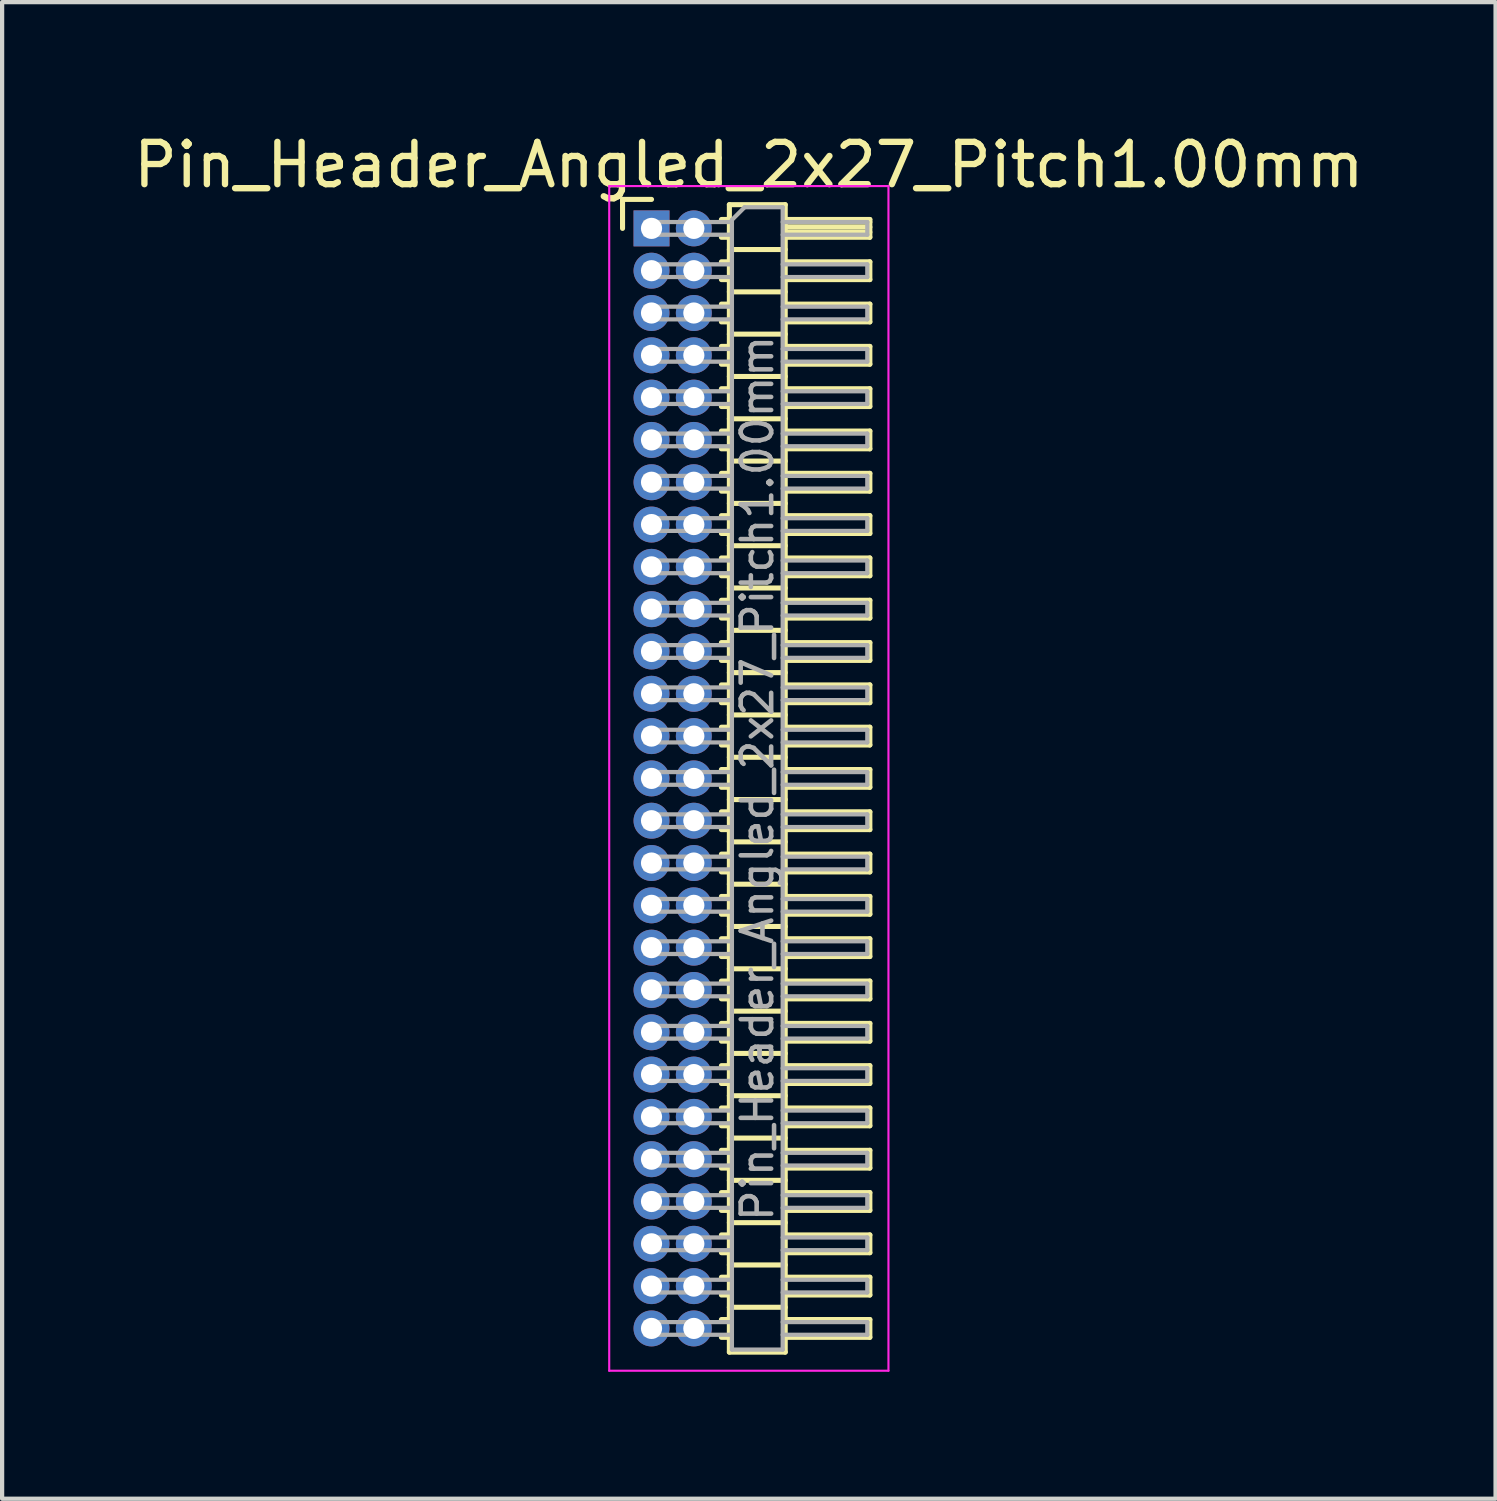
<source format=kicad_pcb>
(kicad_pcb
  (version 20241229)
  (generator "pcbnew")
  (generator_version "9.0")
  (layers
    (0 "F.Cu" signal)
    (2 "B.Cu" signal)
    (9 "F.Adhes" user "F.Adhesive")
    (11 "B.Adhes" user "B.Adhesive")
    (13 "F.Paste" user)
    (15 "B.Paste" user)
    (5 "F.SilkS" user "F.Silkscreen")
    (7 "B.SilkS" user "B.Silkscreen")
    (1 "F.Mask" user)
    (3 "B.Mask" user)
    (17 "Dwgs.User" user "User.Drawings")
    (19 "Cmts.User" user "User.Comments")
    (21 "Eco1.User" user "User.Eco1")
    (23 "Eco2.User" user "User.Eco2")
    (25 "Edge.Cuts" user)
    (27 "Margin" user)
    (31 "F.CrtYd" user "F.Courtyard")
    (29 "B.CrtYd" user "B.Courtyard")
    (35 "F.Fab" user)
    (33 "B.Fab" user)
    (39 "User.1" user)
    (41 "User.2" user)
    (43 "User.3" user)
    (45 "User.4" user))
  (footprint "Pin_Header_Angled_2x27_Pitch1.00mm"
    (layer "F.Cu")
    (at 12.349 2.348)
    (property "Reference" "Pin_Header_Angled_2x27_Pitch1.00mm" (at 2.3 -1.5 0) (layer "F.SilkS") (effects (font (size 1 1) (thickness 0.15))))
    (attr through_hole)
    (fp_line (start -0.685 -0.685) (end 0 -0.685) (stroke (width 0.12) (type solid)) (layer "F.SilkS"))
    (fp_line (start -0.685 0) (end -0.685 -0.685) (stroke (width 0.12) (type solid)) (layer "F.SilkS"))
    (fp_line (start 1.652 -0.21) (end 1.84 -0.21) (stroke (width 0.12) (type solid)) (layer "F.SilkS"))
    (fp_line (start 1.652 0.21) (end 1.84 0.21) (stroke (width 0.12) (type solid)) (layer "F.SilkS"))
    (fp_line (start 1.652 0.79) (end 1.84 0.79) (stroke (width 0.12) (type solid)) (layer "F.SilkS"))
    (fp_line (start 1.652 1.21) (end 1.84 1.21) (stroke (width 0.12) (type solid)) (layer "F.SilkS"))
    (fp_line (start 1.652 1.79) (end 1.84 1.79) (stroke (width 0.12) (type solid)) (layer "F.SilkS"))
    (fp_line (start 1.652 2.21) (end 1.84 2.21) (stroke (width 0.12) (type solid)) (layer "F.SilkS"))
    (fp_line (start 1.652 2.79) (end 1.84 2.79) (stroke (width 0.12) (type solid)) (layer "F.SilkS"))
    (fp_line (start 1.652 3.21) (end 1.84 3.21) (stroke (width 0.12) (type solid)) (layer "F.SilkS"))
    (fp_line (start 1.652 3.79) (end 1.84 3.79) (stroke (width 0.12) (type solid)) (layer "F.SilkS"))
    (fp_line (start 1.652 4.21) (end 1.84 4.21) (stroke (width 0.12) (type solid)) (layer "F.SilkS"))
    (fp_line (start 1.652 4.79) (end 1.84 4.79) (stroke (width 0.12) (type solid)) (layer "F.SilkS"))
    (fp_line (start 1.652 5.21) (end 1.84 5.21) (stroke (width 0.12) (type solid)) (layer "F.SilkS"))
    (fp_line (start 1.652 5.79) (end 1.84 5.79) (stroke (width 0.12) (type solid)) (layer "F.SilkS"))
    (fp_line (start 1.652 6.21) (end 1.84 6.21) (stroke (width 0.12) (type solid)) (layer "F.SilkS"))
    (fp_line (start 1.652 6.79) (end 1.84 6.79) (stroke (width 0.12) (type solid)) (layer "F.SilkS"))
    (fp_line (start 1.652 7.21) (end 1.84 7.21) (stroke (width 0.12) (type solid)) (layer "F.SilkS"))
    (fp_line (start 1.652 7.79) (end 1.84 7.79) (stroke (width 0.12) (type solid)) (layer "F.SilkS"))
    (fp_line (start 1.652 8.21) (end 1.84 8.21) (stroke (width 0.12) (type solid)) (layer "F.SilkS"))
    (fp_line (start 1.652 8.79) (end 1.84 8.79) (stroke (width 0.12) (type solid)) (layer "F.SilkS"))
    (fp_line (start 1.652 9.21) (end 1.84 9.21) (stroke (width 0.12) (type solid)) (layer "F.SilkS"))
    (fp_line (start 1.652 9.79) (end 1.84 9.79) (stroke (width 0.12) (type solid)) (layer "F.SilkS"))
    (fp_line (start 1.652 10.21) (end 1.84 10.21) (stroke (width 0.12) (type solid)) (layer "F.SilkS"))
    (fp_line (start 1.652 10.79) (end 1.84 10.79) (stroke (width 0.12) (type solid)) (layer "F.SilkS"))
    (fp_line (start 1.652 11.21) (end 1.84 11.21) (stroke (width 0.12) (type solid)) (layer "F.SilkS"))
    (fp_line (start 1.652 11.79) (end 1.84 11.79) (stroke (width 0.12) (type solid)) (layer "F.SilkS"))
    (fp_line (start 1.652 12.21) (end 1.84 12.21) (stroke (width 0.12) (type solid)) (layer "F.SilkS"))
    (fp_line (start 1.652 12.79) (end 1.84 12.79) (stroke (width 0.12) (type solid)) (layer "F.SilkS"))
    (fp_line (start 1.652 13.21) (end 1.84 13.21) (stroke (width 0.12) (type solid)) (layer "F.SilkS"))
    (fp_line (start 1.652 13.79) (end 1.84 13.79) (stroke (width 0.12) (type solid)) (layer "F.SilkS"))
    (fp_line (start 1.652 14.21) (end 1.84 14.21) (stroke (width 0.12) (type solid)) (layer "F.SilkS"))
    (fp_line (start 1.652 14.79) (end 1.84 14.79) (stroke (width 0.12) (type solid)) (layer "F.SilkS"))
    (fp_line (start 1.652 15.21) (end 1.84 15.21) (stroke (width 0.12) (type solid)) (layer "F.SilkS"))
    (fp_line (start 1.652 15.79) (end 1.84 15.79) (stroke (width 0.12) (type solid)) (layer "F.SilkS"))
    (fp_line (start 1.652 16.21) (end 1.84 16.21) (stroke (width 0.12) (type solid)) (layer "F.SilkS"))
    (fp_line (start 1.652 16.79) (end 1.84 16.79) (stroke (width 0.12) (type solid)) (layer "F.SilkS"))
    (fp_line (start 1.652 17.21) (end 1.84 17.21) (stroke (width 0.12) (type solid)) (layer "F.SilkS"))
    (fp_line (start 1.652 17.79) (end 1.84 17.79) (stroke (width 0.12) (type solid)) (layer "F.SilkS"))
    (fp_line (start 1.652 18.21) (end 1.84 18.21) (stroke (width 0.12) (type solid)) (layer "F.SilkS"))
    (fp_line (start 1.652 18.79) (end 1.84 18.79) (stroke (width 0.12) (type solid)) (layer "F.SilkS"))
    (fp_line (start 1.652 19.21) (end 1.84 19.21) (stroke (width 0.12) (type solid)) (layer "F.SilkS"))
    (fp_line (start 1.652 19.79) (end 1.84 19.79) (stroke (width 0.12) (type solid)) (layer "F.SilkS"))
    (fp_line (start 1.652 20.21) (end 1.84 20.21) (stroke (width 0.12) (type solid)) (layer "F.SilkS"))
    (fp_line (start 1.652 20.79) (end 1.84 20.79) (stroke (width 0.12) (type solid)) (layer "F.SilkS"))
    (fp_line (start 1.652 21.21) (end 1.84 21.21) (stroke (width 0.12) (type solid)) (layer "F.SilkS"))
    (fp_line (start 1.652 21.79) (end 1.84 21.79) (stroke (width 0.12) (type solid)) (layer "F.SilkS"))
    (fp_line (start 1.652 22.21) (end 1.84 22.21) (stroke (width 0.12) (type solid)) (layer "F.SilkS"))
    (fp_line (start 1.652 22.79) (end 1.84 22.79) (stroke (width 0.12) (type solid)) (layer "F.SilkS"))
    (fp_line (start 1.652 23.21) (end 1.84 23.21) (stroke (width 0.12) (type solid)) (layer "F.SilkS"))
    (fp_line (start 1.652 23.79) (end 1.84 23.79) (stroke (width 0.12) (type solid)) (layer "F.SilkS"))
    (fp_line (start 1.652 24.21) (end 1.84 24.21) (stroke (width 0.12) (type solid)) (layer "F.SilkS"))
    (fp_line (start 1.652 24.79) (end 1.84 24.79) (stroke (width 0.12) (type solid)) (layer "F.SilkS"))
    (fp_line (start 1.652 25.21) (end 1.84 25.21) (stroke (width 0.12) (type solid)) (layer "F.SilkS"))
    (fp_line (start 1.652 25.79) (end 1.84 25.79) (stroke (width 0.12) (type solid)) (layer "F.SilkS"))
    (fp_line (start 1.652 26.21) (end 1.84 26.21) (stroke (width 0.12) (type solid)) (layer "F.SilkS"))
    (fp_line (start 1.84 -0.56) (end 1.84 26.56) (stroke (width 0.12) (type solid)) (layer "F.SilkS"))
    (fp_line (start 1.84 0.5) (end 3.16 0.5) (stroke (width 0.12) (type solid)) (layer "F.SilkS"))
    (fp_line (start 1.84 1.5) (end 3.16 1.5) (stroke (width 0.12) (type solid)) (layer "F.SilkS"))
    (fp_line (start 1.84 2.5) (end 3.16 2.5) (stroke (width 0.12) (type solid)) (layer "F.SilkS"))
    (fp_line (start 1.84 3.5) (end 3.16 3.5) (stroke (width 0.12) (type solid)) (layer "F.SilkS"))
    (fp_line (start 1.84 4.5) (end 3.16 4.5) (stroke (width 0.12) (type solid)) (layer "F.SilkS"))
    (fp_line (start 1.84 5.5) (end 3.16 5.5) (stroke (width 0.12) (type solid)) (layer "F.SilkS"))
    (fp_line (start 1.84 6.5) (end 3.16 6.5) (stroke (width 0.12) (type solid)) (layer "F.SilkS"))
    (fp_line (start 1.84 7.5) (end 3.16 7.5) (stroke (width 0.12) (type solid)) (layer "F.SilkS"))
    (fp_line (start 1.84 8.5) (end 3.16 8.5) (stroke (width 0.12) (type solid)) (layer "F.SilkS"))
    (fp_line (start 1.84 9.5) (end 3.16 9.5) (stroke (width 0.12) (type solid)) (layer "F.SilkS"))
    (fp_line (start 1.84 10.5) (end 3.16 10.5) (stroke (width 0.12) (type solid)) (layer "F.SilkS"))
    (fp_line (start 1.84 11.5) (end 3.16 11.5) (stroke (width 0.12) (type solid)) (layer "F.SilkS"))
    (fp_line (start 1.84 12.5) (end 3.16 12.5) (stroke (width 0.12) (type solid)) (layer "F.SilkS"))
    (fp_line (start 1.84 13.5) (end 3.16 13.5) (stroke (width 0.12) (type solid)) (layer "F.SilkS"))
    (fp_line (start 1.84 14.5) (end 3.16 14.5) (stroke (width 0.12) (type solid)) (layer "F.SilkS"))
    (fp_line (start 1.84 15.5) (end 3.16 15.5) (stroke (width 0.12) (type solid)) (layer "F.SilkS"))
    (fp_line (start 1.84 16.5) (end 3.16 16.5) (stroke (width 0.12) (type solid)) (layer "F.SilkS"))
    (fp_line (start 1.84 17.5) (end 3.16 17.5) (stroke (width 0.12) (type solid)) (layer "F.SilkS"))
    (fp_line (start 1.84 18.5) (end 3.16 18.5) (stroke (width 0.12) (type solid)) (layer "F.SilkS"))
    (fp_line (start 1.84 19.5) (end 3.16 19.5) (stroke (width 0.12) (type solid)) (layer "F.SilkS"))
    (fp_line (start 1.84 20.5) (end 3.16 20.5) (stroke (width 0.12) (type solid)) (layer "F.SilkS"))
    (fp_line (start 1.84 21.5) (end 3.16 21.5) (stroke (width 0.12) (type solid)) (layer "F.SilkS"))
    (fp_line (start 1.84 22.5) (end 3.16 22.5) (stroke (width 0.12) (type solid)) (layer "F.SilkS"))
    (fp_line (start 1.84 23.5) (end 3.16 23.5) (stroke (width 0.12) (type solid)) (layer "F.SilkS"))
    (fp_line (start 1.84 24.5) (end 3.16 24.5) (stroke (width 0.12) (type solid)) (layer "F.SilkS"))
    (fp_line (start 1.84 25.5) (end 3.16 25.5) (stroke (width 0.12) (type solid)) (layer "F.SilkS"))
    (fp_line (start 1.84 26.56) (end 3.16 26.56) (stroke (width 0.12) (type solid)) (layer "F.SilkS"))
    (fp_line (start 3.16 -0.56) (end 1.84 -0.56) (stroke (width 0.12) (type solid)) (layer "F.SilkS"))
    (fp_line (start 3.16 -0.21) (end 5.16 -0.21) (stroke (width 0.12) (type solid)) (layer "F.SilkS"))
    (fp_line (start 3.16 -0.15) (end 5.16 -0.15) (stroke (width 0.12) (type solid)) (layer "F.SilkS"))
    (fp_line (start 3.16 -0.03) (end 5.16 -0.03) (stroke (width 0.12) (type solid)) (layer "F.SilkS"))
    (fp_line (start 3.16 0.09) (end 5.16 0.09) (stroke (width 0.12) (type solid)) (layer "F.SilkS"))
    (fp_line (start 3.16 0.79) (end 5.16 0.79) (stroke (width 0.12) (type solid)) (layer "F.SilkS"))
    (fp_line (start 3.16 1.79) (end 5.16 1.79) (stroke (width 0.12) (type solid)) (layer "F.SilkS"))
    (fp_line (start 3.16 2.79) (end 5.16 2.79) (stroke (width 0.12) (type solid)) (layer "F.SilkS"))
    (fp_line (start 3.16 3.79) (end 5.16 3.79) (stroke (width 0.12) (type solid)) (layer "F.SilkS"))
    (fp_line (start 3.16 4.79) (end 5.16 4.79) (stroke (width 0.12) (type solid)) (layer "F.SilkS"))
    (fp_line (start 3.16 5.79) (end 5.16 5.79) (stroke (width 0.12) (type solid)) (layer "F.SilkS"))
    (fp_line (start 3.16 6.79) (end 5.16 6.79) (stroke (width 0.12) (type solid)) (layer "F.SilkS"))
    (fp_line (start 3.16 7.79) (end 5.16 7.79) (stroke (width 0.12) (type solid)) (layer "F.SilkS"))
    (fp_line (start 3.16 8.79) (end 5.16 8.79) (stroke (width 0.12) (type solid)) (layer "F.SilkS"))
    (fp_line (start 3.16 9.79) (end 5.16 9.79) (stroke (width 0.12) (type solid)) (layer "F.SilkS"))
    (fp_line (start 3.16 10.79) (end 5.16 10.79) (stroke (width 0.12) (type solid)) (layer "F.SilkS"))
    (fp_line (start 3.16 11.79) (end 5.16 11.79) (stroke (width 0.12) (type solid)) (layer "F.SilkS"))
    (fp_line (start 3.16 12.79) (end 5.16 12.79) (stroke (width 0.12) (type solid)) (layer "F.SilkS"))
    (fp_line (start 3.16 13.79) (end 5.16 13.79) (stroke (width 0.12) (type solid)) (layer "F.SilkS"))
    (fp_line (start 3.16 14.79) (end 5.16 14.79) (stroke (width 0.12) (type solid)) (layer "F.SilkS"))
    (fp_line (start 3.16 15.79) (end 5.16 15.79) (stroke (width 0.12) (type solid)) (layer "F.SilkS"))
    (fp_line (start 3.16 16.79) (end 5.16 16.79) (stroke (width 0.12) (type solid)) (layer "F.SilkS"))
    (fp_line (start 3.16 17.79) (end 5.16 17.79) (stroke (width 0.12) (type solid)) (layer "F.SilkS"))
    (fp_line (start 3.16 18.79) (end 5.16 18.79) (stroke (width 0.12) (type solid)) (layer "F.SilkS"))
    (fp_line (start 3.16 19.79) (end 5.16 19.79) (stroke (width 0.12) (type solid)) (layer "F.SilkS"))
    (fp_line (start 3.16 20.79) (end 5.16 20.79) (stroke (width 0.12) (type solid)) (layer "F.SilkS"))
    (fp_line (start 3.16 21.79) (end 5.16 21.79) (stroke (width 0.12) (type solid)) (layer "F.SilkS"))
    (fp_line (start 3.16 22.79) (end 5.16 22.79) (stroke (width 0.12) (type solid)) (layer "F.SilkS"))
    (fp_line (start 3.16 23.79) (end 5.16 23.79) (stroke (width 0.12) (type solid)) (layer "F.SilkS"))
    (fp_line (start 3.16 24.79) (end 5.16 24.79) (stroke (width 0.12) (type solid)) (layer "F.SilkS"))
    (fp_line (start 3.16 25.79) (end 5.16 25.79) (stroke (width 0.12) (type solid)) (layer "F.SilkS"))
    (fp_line (start 3.16 26.56) (end 3.16 -0.56) (stroke (width 0.12) (type solid)) (layer "F.SilkS"))
    (fp_line (start 5.16 -0.21) (end 5.16 0.21) (stroke (width 0.12) (type solid)) (layer "F.SilkS"))
    (fp_line (start 5.16 0.21) (end 3.16 0.21) (stroke (width 0.12) (type solid)) (layer "F.SilkS"))
    (fp_line (start 5.16 0.79) (end 5.16 1.21) (stroke (width 0.12) (type solid)) (layer "F.SilkS"))
    (fp_line (start 5.16 1.21) (end 3.16 1.21) (stroke (width 0.12) (type solid)) (layer "F.SilkS"))
    (fp_line (start 5.16 1.79) (end 5.16 2.21) (stroke (width 0.12) (type solid)) (layer "F.SilkS"))
    (fp_line (start 5.16 2.21) (end 3.16 2.21) (stroke (width 0.12) (type solid)) (layer "F.SilkS"))
    (fp_line (start 5.16 2.79) (end 5.16 3.21) (stroke (width 0.12) (type solid)) (layer "F.SilkS"))
    (fp_line (start 5.16 3.21) (end 3.16 3.21) (stroke (width 0.12) (type solid)) (layer "F.SilkS"))
    (fp_line (start 5.16 3.79) (end 5.16 4.21) (stroke (width 0.12) (type solid)) (layer "F.SilkS"))
    (fp_line (start 5.16 4.21) (end 3.16 4.21) (stroke (width 0.12) (type solid)) (layer "F.SilkS"))
    (fp_line (start 5.16 4.79) (end 5.16 5.21) (stroke (width 0.12) (type solid)) (layer "F.SilkS"))
    (fp_line (start 5.16 5.21) (end 3.16 5.21) (stroke (width 0.12) (type solid)) (layer "F.SilkS"))
    (fp_line (start 5.16 5.79) (end 5.16 6.21) (stroke (width 0.12) (type solid)) (layer "F.SilkS"))
    (fp_line (start 5.16 6.21) (end 3.16 6.21) (stroke (width 0.12) (type solid)) (layer "F.SilkS"))
    (fp_line (start 5.16 6.79) (end 5.16 7.21) (stroke (width 0.12) (type solid)) (layer "F.SilkS"))
    (fp_line (start 5.16 7.21) (end 3.16 7.21) (stroke (width 0.12) (type solid)) (layer "F.SilkS"))
    (fp_line (start 5.16 7.79) (end 5.16 8.21) (stroke (width 0.12) (type solid)) (layer "F.SilkS"))
    (fp_line (start 5.16 8.21) (end 3.16 8.21) (stroke (width 0.12) (type solid)) (layer "F.SilkS"))
    (fp_line (start 5.16 8.79) (end 5.16 9.21) (stroke (width 0.12) (type solid)) (layer "F.SilkS"))
    (fp_line (start 5.16 9.21) (end 3.16 9.21) (stroke (width 0.12) (type solid)) (layer "F.SilkS"))
    (fp_line (start 5.16 9.79) (end 5.16 10.21) (stroke (width 0.12) (type solid)) (layer "F.SilkS"))
    (fp_line (start 5.16 10.21) (end 3.16 10.21) (stroke (width 0.12) (type solid)) (layer "F.SilkS"))
    (fp_line (start 5.16 10.79) (end 5.16 11.21) (stroke (width 0.12) (type solid)) (layer "F.SilkS"))
    (fp_line (start 5.16 11.21) (end 3.16 11.21) (stroke (width 0.12) (type solid)) (layer "F.SilkS"))
    (fp_line (start 5.16 11.79) (end 5.16 12.21) (stroke (width 0.12) (type solid)) (layer "F.SilkS"))
    (fp_line (start 5.16 12.21) (end 3.16 12.21) (stroke (width 0.12) (type solid)) (layer "F.SilkS"))
    (fp_line (start 5.16 12.79) (end 5.16 13.21) (stroke (width 0.12) (type solid)) (layer "F.SilkS"))
    (fp_line (start 5.16 13.21) (end 3.16 13.21) (stroke (width 0.12) (type solid)) (layer "F.SilkS"))
    (fp_line (start 5.16 13.79) (end 5.16 14.21) (stroke (width 0.12) (type solid)) (layer "F.SilkS"))
    (fp_line (start 5.16 14.21) (end 3.16 14.21) (stroke (width 0.12) (type solid)) (layer "F.SilkS"))
    (fp_line (start 5.16 14.79) (end 5.16 15.21) (stroke (width 0.12) (type solid)) (layer "F.SilkS"))
    (fp_line (start 5.16 15.21) (end 3.16 15.21) (stroke (width 0.12) (type solid)) (layer "F.SilkS"))
    (fp_line (start 5.16 15.79) (end 5.16 16.21) (stroke (width 0.12) (type solid)) (layer "F.SilkS"))
    (fp_line (start 5.16 16.21) (end 3.16 16.21) (stroke (width 0.12) (type solid)) (layer "F.SilkS"))
    (fp_line (start 5.16 16.79) (end 5.16 17.21) (stroke (width 0.12) (type solid)) (layer "F.SilkS"))
    (fp_line (start 5.16 17.21) (end 3.16 17.21) (stroke (width 0.12) (type solid)) (layer "F.SilkS"))
    (fp_line (start 5.16 17.79) (end 5.16 18.21) (stroke (width 0.12) (type solid)) (layer "F.SilkS"))
    (fp_line (start 5.16 18.21) (end 3.16 18.21) (stroke (width 0.12) (type solid)) (layer "F.SilkS"))
    (fp_line (start 5.16 18.79) (end 5.16 19.21) (stroke (width 0.12) (type solid)) (layer "F.SilkS"))
    (fp_line (start 5.16 19.21) (end 3.16 19.21) (stroke (width 0.12) (type solid)) (layer "F.SilkS"))
    (fp_line (start 5.16 19.79) (end 5.16 20.21) (stroke (width 0.12) (type solid)) (layer "F.SilkS"))
    (fp_line (start 5.16 20.21) (end 3.16 20.21) (stroke (width 0.12) (type solid)) (layer "F.SilkS"))
    (fp_line (start 5.16 20.79) (end 5.16 21.21) (stroke (width 0.12) (type solid)) (layer "F.SilkS"))
    (fp_line (start 5.16 21.21) (end 3.16 21.21) (stroke (width 0.12) (type solid)) (layer "F.SilkS"))
    (fp_line (start 5.16 21.79) (end 5.16 22.21) (stroke (width 0.12) (type solid)) (layer "F.SilkS"))
    (fp_line (start 5.16 22.21) (end 3.16 22.21) (stroke (width 0.12) (type solid)) (layer "F.SilkS"))
    (fp_line (start 5.16 22.79) (end 5.16 23.21) (stroke (width 0.12) (type solid)) (layer "F.SilkS"))
    (fp_line (start 5.16 23.21) (end 3.16 23.21) (stroke (width 0.12) (type solid)) (layer "F.SilkS"))
    (fp_line (start 5.16 23.79) (end 5.16 24.21) (stroke (width 0.12) (type solid)) (layer "F.SilkS"))
    (fp_line (start 5.16 24.21) (end 3.16 24.21) (stroke (width 0.12) (type solid)) (layer "F.SilkS"))
    (fp_line (start 5.16 24.79) (end 5.16 25.21) (stroke (width 0.12) (type solid)) (layer "F.SilkS"))
    (fp_line (start 5.16 25.21) (end 3.16 25.21) (stroke (width 0.12) (type solid)) (layer "F.SilkS"))
    (fp_line (start 5.16 25.79) (end 5.16 26.21) (stroke (width 0.12) (type solid)) (layer "F.SilkS"))
    (fp_line (start 5.16 26.21) (end 3.16 26.21) (stroke (width 0.12) (type solid)) (layer "F.SilkS"))
    (fp_line (start -1 -1) (end -1 27) (stroke (width 0.05) (type solid)) (layer "F.CrtYd"))
    (fp_line (start -1 27) (end 5.6 27) (stroke (width 0.05) (type solid)) (layer "F.CrtYd"))
    (fp_line (start 5.6 -1) (end -1 -1) (stroke (width 0.05) (type solid)) (layer "F.CrtYd"))
    (fp_line (start 5.6 27) (end 5.6 -1) (stroke (width 0.05) (type solid)) (layer "F.CrtYd"))
    (fp_line (start -0.15 -0.15) (end -0.15 0.15) (stroke (width 0.1) (type solid)) (layer "F.Fab"))
    (fp_line (start -0.15 -0.15) (end 1.9 -0.15) (stroke (width 0.1) (type solid)) (layer "F.Fab"))
    (fp_line (start -0.15 0.15) (end 1.9 0.15) (stroke (width 0.1) (type solid)) (layer "F.Fab"))
    (fp_line (start -0.15 0.85) (end -0.15 1.15) (stroke (width 0.1) (type solid)) (layer "F.Fab"))
    (fp_line (start -0.15 0.85) (end 1.9 0.85) (stroke (width 0.1) (type solid)) (layer "F.Fab"))
    (fp_line (start -0.15 1.15) (end 1.9 1.15) (stroke (width 0.1) (type solid)) (layer "F.Fab"))
    (fp_line (start -0.15 1.85) (end -0.15 2.15) (stroke (width 0.1) (type solid)) (layer "F.Fab"))
    (fp_line (start -0.15 1.85) (end 1.9 1.85) (stroke (width 0.1) (type solid)) (layer "F.Fab"))
    (fp_line (start -0.15 2.15) (end 1.9 2.15) (stroke (width 0.1) (type solid)) (layer "F.Fab"))
    (fp_line (start -0.15 2.85) (end -0.15 3.15) (stroke (width 0.1) (type solid)) (layer "F.Fab"))
    (fp_line (start -0.15 2.85) (end 1.9 2.85) (stroke (width 0.1) (type solid)) (layer "F.Fab"))
    (fp_line (start -0.15 3.15) (end 1.9 3.15) (stroke (width 0.1) (type solid)) (layer "F.Fab"))
    (fp_line (start -0.15 3.85) (end -0.15 4.15) (stroke (width 0.1) (type solid)) (layer "F.Fab"))
    (fp_line (start -0.15 3.85) (end 1.9 3.85) (stroke (width 0.1) (type solid)) (layer "F.Fab"))
    (fp_line (start -0.15 4.15) (end 1.9 4.15) (stroke (width 0.1) (type solid)) (layer "F.Fab"))
    (fp_line (start -0.15 4.85) (end -0.15 5.15) (stroke (width 0.1) (type solid)) (layer "F.Fab"))
    (fp_line (start -0.15 4.85) (end 1.9 4.85) (stroke (width 0.1) (type solid)) (layer "F.Fab"))
    (fp_line (start -0.15 5.15) (end 1.9 5.15) (stroke (width 0.1) (type solid)) (layer "F.Fab"))
    (fp_line (start -0.15 5.85) (end -0.15 6.15) (stroke (width 0.1) (type solid)) (layer "F.Fab"))
    (fp_line (start -0.15 5.85) (end 1.9 5.85) (stroke (width 0.1) (type solid)) (layer "F.Fab"))
    (fp_line (start -0.15 6.15) (end 1.9 6.15) (stroke (width 0.1) (type solid)) (layer "F.Fab"))
    (fp_line (start -0.15 6.85) (end -0.15 7.15) (stroke (width 0.1) (type solid)) (layer "F.Fab"))
    (fp_line (start -0.15 6.85) (end 1.9 6.85) (stroke (width 0.1) (type solid)) (layer "F.Fab"))
    (fp_line (start -0.15 7.15) (end 1.9 7.15) (stroke (width 0.1) (type solid)) (layer "F.Fab"))
    (fp_line (start -0.15 7.85) (end -0.15 8.15) (stroke (width 0.1) (type solid)) (layer "F.Fab"))
    (fp_line (start -0.15 7.85) (end 1.9 7.85) (stroke (width 0.1) (type solid)) (layer "F.Fab"))
    (fp_line (start -0.15 8.15) (end 1.9 8.15) (stroke (width 0.1) (type solid)) (layer "F.Fab"))
    (fp_line (start -0.15 8.85) (end -0.15 9.15) (stroke (width 0.1) (type solid)) (layer "F.Fab"))
    (fp_line (start -0.15 8.85) (end 1.9 8.85) (stroke (width 0.1) (type solid)) (layer "F.Fab"))
    (fp_line (start -0.15 9.15) (end 1.9 9.15) (stroke (width 0.1) (type solid)) (layer "F.Fab"))
    (fp_line (start -0.15 9.85) (end -0.15 10.15) (stroke (width 0.1) (type solid)) (layer "F.Fab"))
    (fp_line (start -0.15 9.85) (end 1.9 9.85) (stroke (width 0.1) (type solid)) (layer "F.Fab"))
    (fp_line (start -0.15 10.15) (end 1.9 10.15) (stroke (width 0.1) (type solid)) (layer "F.Fab"))
    (fp_line (start -0.15 10.85) (end -0.15 11.15) (stroke (width 0.1) (type solid)) (layer "F.Fab"))
    (fp_line (start -0.15 10.85) (end 1.9 10.85) (stroke (width 0.1) (type solid)) (layer "F.Fab"))
    (fp_line (start -0.15 11.15) (end 1.9 11.15) (stroke (width 0.1) (type solid)) (layer "F.Fab"))
    (fp_line (start -0.15 11.85) (end -0.15 12.15) (stroke (width 0.1) (type solid)) (layer "F.Fab"))
    (fp_line (start -0.15 11.85) (end 1.9 11.85) (stroke (width 0.1) (type solid)) (layer "F.Fab"))
    (fp_line (start -0.15 12.15) (end 1.9 12.15) (stroke (width 0.1) (type solid)) (layer "F.Fab"))
    (fp_line (start -0.15 12.85) (end -0.15 13.15) (stroke (width 0.1) (type solid)) (layer "F.Fab"))
    (fp_line (start -0.15 12.85) (end 1.9 12.85) (stroke (width 0.1) (type solid)) (layer "F.Fab"))
    (fp_line (start -0.15 13.15) (end 1.9 13.15) (stroke (width 0.1) (type solid)) (layer "F.Fab"))
    (fp_line (start -0.15 13.85) (end -0.15 14.15) (stroke (width 0.1) (type solid)) (layer "F.Fab"))
    (fp_line (start -0.15 13.85) (end 1.9 13.85) (stroke (width 0.1) (type solid)) (layer "F.Fab"))
    (fp_line (start -0.15 14.15) (end 1.9 14.15) (stroke (width 0.1) (type solid)) (layer "F.Fab"))
    (fp_line (start -0.15 14.85) (end -0.15 15.15) (stroke (width 0.1) (type solid)) (layer "F.Fab"))
    (fp_line (start -0.15 14.85) (end 1.9 14.85) (stroke (width 0.1) (type solid)) (layer "F.Fab"))
    (fp_line (start -0.15 15.15) (end 1.9 15.15) (stroke (width 0.1) (type solid)) (layer "F.Fab"))
    (fp_line (start -0.15 15.85) (end -0.15 16.15) (stroke (width 0.1) (type solid)) (layer "F.Fab"))
    (fp_line (start -0.15 15.85) (end 1.9 15.85) (stroke (width 0.1) (type solid)) (layer "F.Fab"))
    (fp_line (start -0.15 16.15) (end 1.9 16.15) (stroke (width 0.1) (type solid)) (layer "F.Fab"))
    (fp_line (start -0.15 16.85) (end -0.15 17.15) (stroke (width 0.1) (type solid)) (layer "F.Fab"))
    (fp_line (start -0.15 16.85) (end 1.9 16.85) (stroke (width 0.1) (type solid)) (layer "F.Fab"))
    (fp_line (start -0.15 17.15) (end 1.9 17.15) (stroke (width 0.1) (type solid)) (layer "F.Fab"))
    (fp_line (start -0.15 17.85) (end -0.15 18.15) (stroke (width 0.1) (type solid)) (layer "F.Fab"))
    (fp_line (start -0.15 17.85) (end 1.9 17.85) (stroke (width 0.1) (type solid)) (layer "F.Fab"))
    (fp_line (start -0.15 18.15) (end 1.9 18.15) (stroke (width 0.1) (type solid)) (layer "F.Fab"))
    (fp_line (start -0.15 18.85) (end -0.15 19.15) (stroke (width 0.1) (type solid)) (layer "F.Fab"))
    (fp_line (start -0.15 18.85) (end 1.9 18.85) (stroke (width 0.1) (type solid)) (layer "F.Fab"))
    (fp_line (start -0.15 19.15) (end 1.9 19.15) (stroke (width 0.1) (type solid)) (layer "F.Fab"))
    (fp_line (start -0.15 19.85) (end -0.15 20.15) (stroke (width 0.1) (type solid)) (layer "F.Fab"))
    (fp_line (start -0.15 19.85) (end 1.9 19.85) (stroke (width 0.1) (type solid)) (layer "F.Fab"))
    (fp_line (start -0.15 20.15) (end 1.9 20.15) (stroke (width 0.1) (type solid)) (layer "F.Fab"))
    (fp_line (start -0.15 20.85) (end -0.15 21.15) (stroke (width 0.1) (type solid)) (layer "F.Fab"))
    (fp_line (start -0.15 20.85) (end 1.9 20.85) (stroke (width 0.1) (type solid)) (layer "F.Fab"))
    (fp_line (start -0.15 21.15) (end 1.9 21.15) (stroke (width 0.1) (type solid)) (layer "F.Fab"))
    (fp_line (start -0.15 21.85) (end -0.15 22.15) (stroke (width 0.1) (type solid)) (layer "F.Fab"))
    (fp_line (start -0.15 21.85) (end 1.9 21.85) (stroke (width 0.1) (type solid)) (layer "F.Fab"))
    (fp_line (start -0.15 22.15) (end 1.9 22.15) (stroke (width 0.1) (type solid)) (layer "F.Fab"))
    (fp_line (start -0.15 22.85) (end -0.15 23.15) (stroke (width 0.1) (type solid)) (layer "F.Fab"))
    (fp_line (start -0.15 22.85) (end 1.9 22.85) (stroke (width 0.1) (type solid)) (layer "F.Fab"))
    (fp_line (start -0.15 23.15) (end 1.9 23.15) (stroke (width 0.1) (type solid)) (layer "F.Fab"))
    (fp_line (start -0.15 23.85) (end -0.15 24.15) (stroke (width 0.1) (type solid)) (layer "F.Fab"))
    (fp_line (start -0.15 23.85) (end 1.9 23.85) (stroke (width 0.1) (type solid)) (layer "F.Fab"))
    (fp_line (start -0.15 24.15) (end 1.9 24.15) (stroke (width 0.1) (type solid)) (layer "F.Fab"))
    (fp_line (start -0.15 24.85) (end -0.15 25.15) (stroke (width 0.1) (type solid)) (layer "F.Fab"))
    (fp_line (start -0.15 24.85) (end 1.9 24.85) (stroke (width 0.1) (type solid)) (layer "F.Fab"))
    (fp_line (start -0.15 25.15) (end 1.9 25.15) (stroke (width 0.1) (type solid)) (layer "F.Fab"))
    (fp_line (start -0.15 25.85) (end -0.15 26.15) (stroke (width 0.1) (type solid)) (layer "F.Fab"))
    (fp_line (start -0.15 25.85) (end 1.9 25.85) (stroke (width 0.1) (type solid)) (layer "F.Fab"))
    (fp_line (start -0.15 26.15) (end 1.9 26.15) (stroke (width 0.1) (type solid)) (layer "F.Fab"))
    (fp_line (start 1.9 -0.2) (end 2.2 -0.5) (stroke (width 0.1) (type solid)) (layer "F.Fab"))
    (fp_line (start 1.9 26.5) (end 1.9 -0.2) (stroke (width 0.1) (type solid)) (layer "F.Fab"))
    (fp_line (start 2.2 -0.5) (end 3.1 -0.5) (stroke (width 0.1) (type solid)) (layer "F.Fab"))
    (fp_line (start 3.1 -0.5) (end 3.1 26.5) (stroke (width 0.1) (type solid)) (layer "F.Fab"))
    (fp_line (start 3.1 -0.15) (end 5.1 -0.15) (stroke (width 0.1) (type solid)) (layer "F.Fab"))
    (fp_line (start 3.1 0.15) (end 5.1 0.15) (stroke (width 0.1) (type solid)) (layer "F.Fab"))
    (fp_line (start 3.1 0.85) (end 5.1 0.85) (stroke (width 0.1) (type solid)) (layer "F.Fab"))
    (fp_line (start 3.1 1.15) (end 5.1 1.15) (stroke (width 0.1) (type solid)) (layer "F.Fab"))
    (fp_line (start 3.1 1.85) (end 5.1 1.85) (stroke (width 0.1) (type solid)) (layer "F.Fab"))
    (fp_line (start 3.1 2.15) (end 5.1 2.15) (stroke (width 0.1) (type solid)) (layer "F.Fab"))
    (fp_line (start 3.1 2.85) (end 5.1 2.85) (stroke (width 0.1) (type solid)) (layer "F.Fab"))
    (fp_line (start 3.1 3.15) (end 5.1 3.15) (stroke (width 0.1) (type solid)) (layer "F.Fab"))
    (fp_line (start 3.1 3.85) (end 5.1 3.85) (stroke (width 0.1) (type solid)) (layer "F.Fab"))
    (fp_line (start 3.1 4.15) (end 5.1 4.15) (stroke (width 0.1) (type solid)) (layer "F.Fab"))
    (fp_line (start 3.1 4.85) (end 5.1 4.85) (stroke (width 0.1) (type solid)) (layer "F.Fab"))
    (fp_line (start 3.1 5.15) (end 5.1 5.15) (stroke (width 0.1) (type solid)) (layer "F.Fab"))
    (fp_line (start 3.1 5.85) (end 5.1 5.85) (stroke (width 0.1) (type solid)) (layer "F.Fab"))
    (fp_line (start 3.1 6.15) (end 5.1 6.15) (stroke (width 0.1) (type solid)) (layer "F.Fab"))
    (fp_line (start 3.1 6.85) (end 5.1 6.85) (stroke (width 0.1) (type solid)) (layer "F.Fab"))
    (fp_line (start 3.1 7.15) (end 5.1 7.15) (stroke (width 0.1) (type solid)) (layer "F.Fab"))
    (fp_line (start 3.1 7.85) (end 5.1 7.85) (stroke (width 0.1) (type solid)) (layer "F.Fab"))
    (fp_line (start 3.1 8.15) (end 5.1 8.15) (stroke (width 0.1) (type solid)) (layer "F.Fab"))
    (fp_line (start 3.1 8.85) (end 5.1 8.85) (stroke (width 0.1) (type solid)) (layer "F.Fab"))
    (fp_line (start 3.1 9.15) (end 5.1 9.15) (stroke (width 0.1) (type solid)) (layer "F.Fab"))
    (fp_line (start 3.1 9.85) (end 5.1 9.85) (stroke (width 0.1) (type solid)) (layer "F.Fab"))
    (fp_line (start 3.1 10.15) (end 5.1 10.15) (stroke (width 0.1) (type solid)) (layer "F.Fab"))
    (fp_line (start 3.1 10.85) (end 5.1 10.85) (stroke (width 0.1) (type solid)) (layer "F.Fab"))
    (fp_line (start 3.1 11.15) (end 5.1 11.15) (stroke (width 0.1) (type solid)) (layer "F.Fab"))
    (fp_line (start 3.1 11.85) (end 5.1 11.85) (stroke (width 0.1) (type solid)) (layer "F.Fab"))
    (fp_line (start 3.1 12.15) (end 5.1 12.15) (stroke (width 0.1) (type solid)) (layer "F.Fab"))
    (fp_line (start 3.1 12.85) (end 5.1 12.85) (stroke (width 0.1) (type solid)) (layer "F.Fab"))
    (fp_line (start 3.1 13.15) (end 5.1 13.15) (stroke (width 0.1) (type solid)) (layer "F.Fab"))
    (fp_line (start 3.1 13.85) (end 5.1 13.85) (stroke (width 0.1) (type solid)) (layer "F.Fab"))
    (fp_line (start 3.1 14.15) (end 5.1 14.15) (stroke (width 0.1) (type solid)) (layer "F.Fab"))
    (fp_line (start 3.1 14.85) (end 5.1 14.85) (stroke (width 0.1) (type solid)) (layer "F.Fab"))
    (fp_line (start 3.1 15.15) (end 5.1 15.15) (stroke (width 0.1) (type solid)) (layer "F.Fab"))
    (fp_line (start 3.1 15.85) (end 5.1 15.85) (stroke (width 0.1) (type solid)) (layer "F.Fab"))
    (fp_line (start 3.1 16.15) (end 5.1 16.15) (stroke (width 0.1) (type solid)) (layer "F.Fab"))
    (fp_line (start 3.1 16.85) (end 5.1 16.85) (stroke (width 0.1) (type solid)) (layer "F.Fab"))
    (fp_line (start 3.1 17.15) (end 5.1 17.15) (stroke (width 0.1) (type solid)) (layer "F.Fab"))
    (fp_line (start 3.1 17.85) (end 5.1 17.85) (stroke (width 0.1) (type solid)) (layer "F.Fab"))
    (fp_line (start 3.1 18.15) (end 5.1 18.15) (stroke (width 0.1) (type solid)) (layer "F.Fab"))
    (fp_line (start 3.1 18.85) (end 5.1 18.85) (stroke (width 0.1) (type solid)) (layer "F.Fab"))
    (fp_line (start 3.1 19.15) (end 5.1 19.15) (stroke (width 0.1) (type solid)) (layer "F.Fab"))
    (fp_line (start 3.1 19.85) (end 5.1 19.85) (stroke (width 0.1) (type solid)) (layer "F.Fab"))
    (fp_line (start 3.1 20.15) (end 5.1 20.15) (stroke (width 0.1) (type solid)) (layer "F.Fab"))
    (fp_line (start 3.1 20.85) (end 5.1 20.85) (stroke (width 0.1) (type solid)) (layer "F.Fab"))
    (fp_line (start 3.1 21.15) (end 5.1 21.15) (stroke (width 0.1) (type solid)) (layer "F.Fab"))
    (fp_line (start 3.1 21.85) (end 5.1 21.85) (stroke (width 0.1) (type solid)) (layer "F.Fab"))
    (fp_line (start 3.1 22.15) (end 5.1 22.15) (stroke (width 0.1) (type solid)) (layer "F.Fab"))
    (fp_line (start 3.1 22.85) (end 5.1 22.85) (stroke (width 0.1) (type solid)) (layer "F.Fab"))
    (fp_line (start 3.1 23.15) (end 5.1 23.15) (stroke (width 0.1) (type solid)) (layer "F.Fab"))
    (fp_line (start 3.1 23.85) (end 5.1 23.85) (stroke (width 0.1) (type solid)) (layer "F.Fab"))
    (fp_line (start 3.1 24.15) (end 5.1 24.15) (stroke (width 0.1) (type solid)) (layer "F.Fab"))
    (fp_line (start 3.1 24.85) (end 5.1 24.85) (stroke (width 0.1) (type solid)) (layer "F.Fab"))
    (fp_line (start 3.1 25.15) (end 5.1 25.15) (stroke (width 0.1) (type solid)) (layer "F.Fab"))
    (fp_line (start 3.1 25.85) (end 5.1 25.85) (stroke (width 0.1) (type solid)) (layer "F.Fab"))
    (fp_line (start 3.1 26.15) (end 5.1 26.15) (stroke (width 0.1) (type solid)) (layer "F.Fab"))
    (fp_line (start 3.1 26.5) (end 1.9 26.5) (stroke (width 0.1) (type solid)) (layer "F.Fab"))
    (fp_line (start 5.1 -0.15) (end 5.1 0.15) (stroke (width 0.1) (type solid)) (layer "F.Fab"))
    (fp_line (start 5.1 0.85) (end 5.1 1.15) (stroke (width 0.1) (type solid)) (layer "F.Fab"))
    (fp_line (start 5.1 1.85) (end 5.1 2.15) (stroke (width 0.1) (type solid)) (layer "F.Fab"))
    (fp_line (start 5.1 2.85) (end 5.1 3.15) (stroke (width 0.1) (type solid)) (layer "F.Fab"))
    (fp_line (start 5.1 3.85) (end 5.1 4.15) (stroke (width 0.1) (type solid)) (layer "F.Fab"))
    (fp_line (start 5.1 4.85) (end 5.1 5.15) (stroke (width 0.1) (type solid)) (layer "F.Fab"))
    (fp_line (start 5.1 5.85) (end 5.1 6.15) (stroke (width 0.1) (type solid)) (layer "F.Fab"))
    (fp_line (start 5.1 6.85) (end 5.1 7.15) (stroke (width 0.1) (type solid)) (layer "F.Fab"))
    (fp_line (start 5.1 7.85) (end 5.1 8.15) (stroke (width 0.1) (type solid)) (layer "F.Fab"))
    (fp_line (start 5.1 8.85) (end 5.1 9.15) (stroke (width 0.1) (type solid)) (layer "F.Fab"))
    (fp_line (start 5.1 9.85) (end 5.1 10.15) (stroke (width 0.1) (type solid)) (layer "F.Fab"))
    (fp_line (start 5.1 10.85) (end 5.1 11.15) (stroke (width 0.1) (type solid)) (layer "F.Fab"))
    (fp_line (start 5.1 11.85) (end 5.1 12.15) (stroke (width 0.1) (type solid)) (layer "F.Fab"))
    (fp_line (start 5.1 12.85) (end 5.1 13.15) (stroke (width 0.1) (type solid)) (layer "F.Fab"))
    (fp_line (start 5.1 13.85) (end 5.1 14.15) (stroke (width 0.1) (type solid)) (layer "F.Fab"))
    (fp_line (start 5.1 14.85) (end 5.1 15.15) (stroke (width 0.1) (type solid)) (layer "F.Fab"))
    (fp_line (start 5.1 15.85) (end 5.1 16.15) (stroke (width 0.1) (type solid)) (layer "F.Fab"))
    (fp_line (start 5.1 16.85) (end 5.1 17.15) (stroke (width 0.1) (type solid)) (layer "F.Fab"))
    (fp_line (start 5.1 17.85) (end 5.1 18.15) (stroke (width 0.1) (type solid)) (layer "F.Fab"))
    (fp_line (start 5.1 18.85) (end 5.1 19.15) (stroke (width 0.1) (type solid)) (layer "F.Fab"))
    (fp_line (start 5.1 19.85) (end 5.1 20.15) (stroke (width 0.1) (type solid)) (layer "F.Fab"))
    (fp_line (start 5.1 20.85) (end 5.1 21.15) (stroke (width 0.1) (type solid)) (layer "F.Fab"))
    (fp_line (start 5.1 21.85) (end 5.1 22.15) (stroke (width 0.1) (type solid)) (layer "F.Fab"))
    (fp_line (start 5.1 22.85) (end 5.1 23.15) (stroke (width 0.1) (type solid)) (layer "F.Fab"))
    (fp_line (start 5.1 23.85) (end 5.1 24.15) (stroke (width 0.1) (type solid)) (layer "F.Fab"))
    (fp_line (start 5.1 24.85) (end 5.1 25.15) (stroke (width 0.1) (type solid)) (layer "F.Fab"))
    (fp_line (start 5.1 25.85) (end 5.1 26.15) (stroke (width 0.1) (type solid)) (layer "F.Fab"))
    (fp_text user "${REFERENCE}" (at 2.5 13 90) (layer "F.Fab") (effects (font (size 0.72 0.72) (thickness 0.108))))
    (pad "1" thru_hole rect (at 0 0) (size 0.85 0.85) (drill 0.5) (layers "*.Cu" "*.Mask"))
    (pad "2" thru_hole oval (at 1 0) (size 0.85 0.85) (drill 0.5) (layers "*.Cu" "*.Mask"))
    (pad "3" thru_hole oval (at 0 1) (size 0.85 0.85) (drill 0.5) (layers "*.Cu" "*.Mask"))
    (pad "4" thru_hole oval (at 1 1) (size 0.85 0.85) (drill 0.5) (layers "*.Cu" "*.Mask"))
    (pad "5" thru_hole oval (at 0 2) (size 0.85 0.85) (drill 0.5) (layers "*.Cu" "*.Mask"))
    (pad "6" thru_hole oval (at 1 2) (size 0.85 0.85) (drill 0.5) (layers "*.Cu" "*.Mask"))
    (pad "7" thru_hole oval (at 0 3) (size 0.85 0.85) (drill 0.5) (layers "*.Cu" "*.Mask"))
    (pad "8" thru_hole oval (at 1 3) (size 0.85 0.85) (drill 0.5) (layers "*.Cu" "*.Mask"))
    (pad "9" thru_hole oval (at 0 4) (size 0.85 0.85) (drill 0.5) (layers "*.Cu" "*.Mask"))
    (pad "10" thru_hole oval (at 1 4) (size 0.85 0.85) (drill 0.5) (layers "*.Cu" "*.Mask"))
    (pad "11" thru_hole oval (at 0 5) (size 0.85 0.85) (drill 0.5) (layers "*.Cu" "*.Mask"))
    (pad "12" thru_hole oval (at 1 5) (size 0.85 0.85) (drill 0.5) (layers "*.Cu" "*.Mask"))
    (pad "13" thru_hole oval (at 0 6) (size 0.85 0.85) (drill 0.5) (layers "*.Cu" "*.Mask"))
    (pad "14" thru_hole oval (at 1 6) (size 0.85 0.85) (drill 0.5) (layers "*.Cu" "*.Mask"))
    (pad "15" thru_hole oval (at 0 7) (size 0.85 0.85) (drill 0.5) (layers "*.Cu" "*.Mask"))
    (pad "16" thru_hole oval (at 1 7) (size 0.85 0.85) (drill 0.5) (layers "*.Cu" "*.Mask"))
    (pad "17" thru_hole oval (at 0 8) (size 0.85 0.85) (drill 0.5) (layers "*.Cu" "*.Mask"))
    (pad "18" thru_hole oval (at 1 8) (size 0.85 0.85) (drill 0.5) (layers "*.Cu" "*.Mask"))
    (pad "19" thru_hole oval (at 0 9) (size 0.85 0.85) (drill 0.5) (layers "*.Cu" "*.Mask"))
    (pad "20" thru_hole oval (at 1 9) (size 0.85 0.85) (drill 0.5) (layers "*.Cu" "*.Mask"))
    (pad "21" thru_hole oval (at 0 10) (size 0.85 0.85) (drill 0.5) (layers "*.Cu" "*.Mask"))
    (pad "22" thru_hole oval (at 1 10) (size 0.85 0.85) (drill 0.5) (layers "*.Cu" "*.Mask"))
    (pad "23" thru_hole oval (at 0 11) (size 0.85 0.85) (drill 0.5) (layers "*.Cu" "*.Mask"))
    (pad "24" thru_hole oval (at 1 11) (size 0.85 0.85) (drill 0.5) (layers "*.Cu" "*.Mask"))
    (pad "25" thru_hole oval (at 0 12) (size 0.85 0.85) (drill 0.5) (layers "*.Cu" "*.Mask"))
    (pad "26" thru_hole oval (at 1 12) (size 0.85 0.85) (drill 0.5) (layers "*.Cu" "*.Mask"))
    (pad "27" thru_hole oval (at 0 13) (size 0.85 0.85) (drill 0.5) (layers "*.Cu" "*.Mask"))
    (pad "28" thru_hole oval (at 1 13) (size 0.85 0.85) (drill 0.5) (layers "*.Cu" "*.Mask"))
    (pad "29" thru_hole oval (at 0 14) (size 0.85 0.85) (drill 0.5) (layers "*.Cu" "*.Mask"))
    (pad "30" thru_hole oval (at 1 14) (size 0.85 0.85) (drill 0.5) (layers "*.Cu" "*.Mask"))
    (pad "31" thru_hole oval (at 0 15) (size 0.85 0.85) (drill 0.5) (layers "*.Cu" "*.Mask"))
    (pad "32" thru_hole oval (at 1 15) (size 0.85 0.85) (drill 0.5) (layers "*.Cu" "*.Mask"))
    (pad "33" thru_hole oval (at 0 16) (size 0.85 0.85) (drill 0.5) (layers "*.Cu" "*.Mask"))
    (pad "34" thru_hole oval (at 1 16) (size 0.85 0.85) (drill 0.5) (layers "*.Cu" "*.Mask"))
    (pad "35" thru_hole oval (at 0 17) (size 0.85 0.85) (drill 0.5) (layers "*.Cu" "*.Mask"))
    (pad "36" thru_hole oval (at 1 17) (size 0.85 0.85) (drill 0.5) (layers "*.Cu" "*.Mask"))
    (pad "37" thru_hole oval (at 0 18) (size 0.85 0.85) (drill 0.5) (layers "*.Cu" "*.Mask"))
    (pad "38" thru_hole oval (at 1 18) (size 0.85 0.85) (drill 0.5) (layers "*.Cu" "*.Mask"))
    (pad "39" thru_hole oval (at 0 19) (size 0.85 0.85) (drill 0.5) (layers "*.Cu" "*.Mask"))
    (pad "40" thru_hole oval (at 1 19) (size 0.85 0.85) (drill 0.5) (layers "*.Cu" "*.Mask"))
    (pad "41" thru_hole oval (at 0 20) (size 0.85 0.85) (drill 0.5) (layers "*.Cu" "*.Mask"))
    (pad "42" thru_hole oval (at 1 20) (size 0.85 0.85) (drill 0.5) (layers "*.Cu" "*.Mask"))
    (pad "43" thru_hole oval (at 0 21) (size 0.85 0.85) (drill 0.5) (layers "*.Cu" "*.Mask"))
    (pad "44" thru_hole oval (at 1 21) (size 0.85 0.85) (drill 0.5) (layers "*.Cu" "*.Mask"))
    (pad "45" thru_hole oval (at 0 22) (size 0.85 0.85) (drill 0.5) (layers "*.Cu" "*.Mask"))
    (pad "46" thru_hole oval (at 1 22) (size 0.85 0.85) (drill 0.5) (layers "*.Cu" "*.Mask"))
    (pad "47" thru_hole oval (at 0 23) (size 0.85 0.85) (drill 0.5) (layers "*.Cu" "*.Mask"))
    (pad "48" thru_hole oval (at 1 23) (size 0.85 0.85) (drill 0.5) (layers "*.Cu" "*.Mask"))
    (pad "49" thru_hole oval (at 0 24) (size 0.85 0.85) (drill 0.5) (layers "*.Cu" "*.Mask"))
    (pad "50" thru_hole oval (at 1 24) (size 0.85 0.85) (drill 0.5) (layers "*.Cu" "*.Mask"))
    (pad "51" thru_hole oval (at 0 25) (size 0.85 0.85) (drill 0.5) (layers "*.Cu" "*.Mask"))
    (pad "52" thru_hole oval (at 1 25) (size 0.85 0.85) (drill 0.5) (layers "*.Cu" "*.Mask"))
    (pad "53" thru_hole oval (at 0 26) (size 0.85 0.85) (drill 0.5) (layers "*.Cu" "*.Mask"))
    (pad "54" thru_hole oval (at 1 26) (size 0.85 0.85) (drill 0.5) (layers "*.Cu" "*.Mask")))
  (gr_rect
    (start -3 -3)
    (end 32.298 32.373)
    (stroke (width 0.1) (type default))
    (fill no)
    (layer "Edge.Cuts")))
</source>
